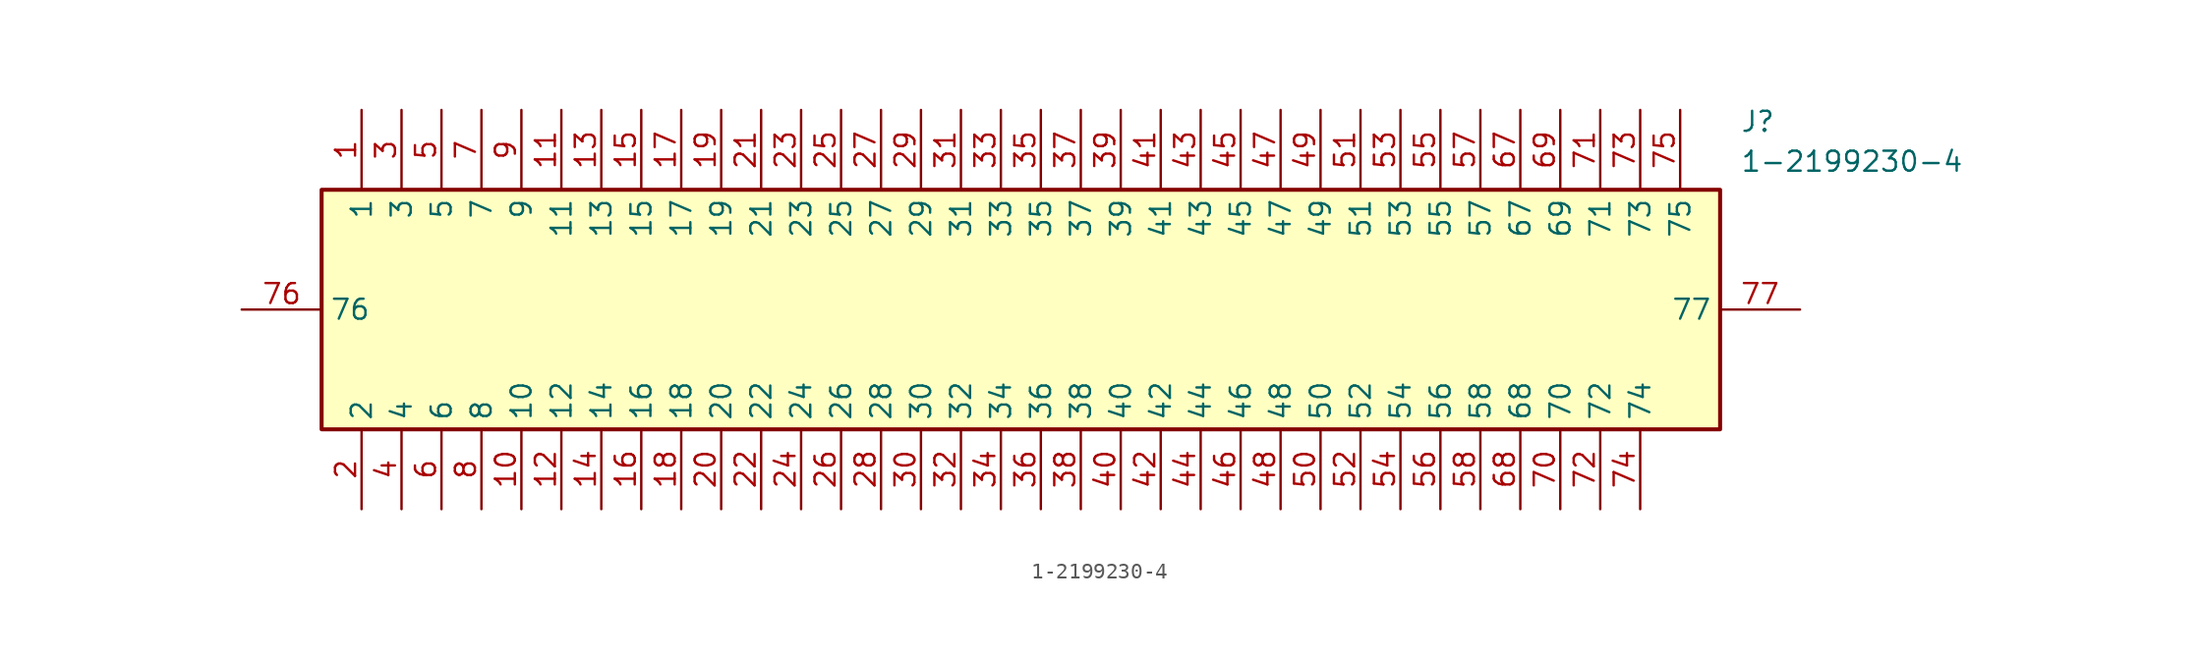
<source format=kicad_sym>
(kicad_symbol_lib
  (version 20220914)
  (generator kicad_symbol_editor)
  (symbol "1-2199230-4"
    (property "Reference" "J"
      (at 95.25 12.7 0)
      (effects (font (size 1.27 1.27)) (justify left top)))
    (property "Value" "1-2199230-4"
      (at 95.25 10.16 0)
      (effects (font (size 1.27 1.27)) (justify left top)))
    (symbol "1-2199230-4_1_1"
      (rectangle (start 5.08 7.62) (end 93.98 -7.62) (stroke (width 0.254) (type default)) (fill (type background)))
      (pin passive line (at 7.62 12.7 270) (length 5.08) (name "1" (effects (font (size 1.27 1.27)))) (number "1" (effects (font (size 1.27 1.27)))))
      (pin passive line (at 17.78 -12.7 90) (length 5.08) (name "10" (effects (font (size 1.27 1.27)))) (number "10" (effects (font (size 1.27 1.27)))))
      (pin passive line (at 20.32 12.7 270) (length 5.08) (name "11" (effects (font (size 1.27 1.27)))) (number "11" (effects (font (size 1.27 1.27)))))
      (pin passive line (at 20.32 -12.7 90) (length 5.08) (name "12" (effects (font (size 1.27 1.27)))) (number "12" (effects (font (size 1.27 1.27)))))
      (pin passive line (at 22.86 12.7 270) (length 5.08) (name "13" (effects (font (size 1.27 1.27)))) (number "13" (effects (font (size 1.27 1.27)))))
      (pin passive line (at 22.86 -12.7 90) (length 5.08) (name "14" (effects (font (size 1.27 1.27)))) (number "14" (effects (font (size 1.27 1.27)))))
      (pin passive line (at 25.4 12.7 270) (length 5.08) (name "15" (effects (font (size 1.27 1.27)))) (number "15" (effects (font (size 1.27 1.27)))))
      (pin passive line (at 25.4 -12.7 90) (length 5.08) (name "16" (effects (font (size 1.27 1.27)))) (number "16" (effects (font (size 1.27 1.27)))))
      (pin passive line (at 27.94 12.7 270) (length 5.08) (name "17" (effects (font (size 1.27 1.27)))) (number "17" (effects (font (size 1.27 1.27)))))
      (pin passive line (at 27.94 -12.7 90) (length 5.08) (name "18" (effects (font (size 1.27 1.27)))) (number "18" (effects (font (size 1.27 1.27)))))
      (pin passive line (at 30.48 12.7 270) (length 5.08) (name "19" (effects (font (size 1.27 1.27)))) (number "19" (effects (font (size 1.27 1.27)))))
      (pin passive line (at 7.62 -12.7 90) (length 5.08) (name "2" (effects (font (size 1.27 1.27)))) (number "2" (effects (font (size 1.27 1.27)))))
      (pin passive line (at 30.48 -12.7 90) (length 5.08) (name "20" (effects (font (size 1.27 1.27)))) (number "20" (effects (font (size 1.27 1.27)))))
      (pin passive line (at 33.02 12.7 270) (length 5.08) (name "21" (effects (font (size 1.27 1.27)))) (number "21" (effects (font (size 1.27 1.27)))))
      (pin passive line (at 33.02 -12.7 90) (length 5.08) (name "22" (effects (font (size 1.27 1.27)))) (number "22" (effects (font (size 1.27 1.27)))))
      (pin passive line (at 35.56 12.7 270) (length 5.08) (name "23" (effects (font (size 1.27 1.27)))) (number "23" (effects (font (size 1.27 1.27)))))
      (pin passive line (at 35.56 -12.7 90) (length 5.08) (name "24" (effects (font (size 1.27 1.27)))) (number "24" (effects (font (size 1.27 1.27)))))
      (pin passive line (at 38.1 12.7 270) (length 5.08) (name "25" (effects (font (size 1.27 1.27)))) (number "25" (effects (font (size 1.27 1.27)))))
      (pin passive line (at 38.1 -12.7 90) (length 5.08) (name "26" (effects (font (size 1.27 1.27)))) (number "26" (effects (font (size 1.27 1.27)))))
      (pin passive line (at 40.64 12.7 270) (length 5.08) (name "27" (effects (font (size 1.27 1.27)))) (number "27" (effects (font (size 1.27 1.27)))))
      (pin passive line (at 40.64 -12.7 90) (length 5.08) (name "28" (effects (font (size 1.27 1.27)))) (number "28" (effects (font (size 1.27 1.27)))))
      (pin passive line (at 43.18 12.7 270) (length 5.08) (name "29" (effects (font (size 1.27 1.27)))) (number "29" (effects (font (size 1.27 1.27)))))
      (pin passive line (at 10.16 12.7 270) (length 5.08) (name "3" (effects (font (size 1.27 1.27)))) (number "3" (effects (font (size 1.27 1.27)))))
      (pin passive line (at 43.18 -12.7 90) (length 5.08) (name "30" (effects (font (size 1.27 1.27)))) (number "30" (effects (font (size 1.27 1.27)))))
      (pin passive line (at 45.72 12.7 270) (length 5.08) (name "31" (effects (font (size 1.27 1.27)))) (number "31" (effects (font (size 1.27 1.27)))))
      (pin passive line (at 45.72 -12.7 90) (length 5.08) (name "32" (effects (font (size 1.27 1.27)))) (number "32" (effects (font (size 1.27 1.27)))))
      (pin passive line (at 48.26 12.7 270) (length 5.08) (name "33" (effects (font (size 1.27 1.27)))) (number "33" (effects (font (size 1.27 1.27)))))
      (pin passive line (at 48.26 -12.7 90) (length 5.08) (name "34" (effects (font (size 1.27 1.27)))) (number "34" (effects (font (size 1.27 1.27)))))
      (pin passive line (at 50.8 12.7 270) (length 5.08) (name "35" (effects (font (size 1.27 1.27)))) (number "35" (effects (font (size 1.27 1.27)))))
      (pin passive line (at 50.8 -12.7 90) (length 5.08) (name "36" (effects (font (size 1.27 1.27)))) (number "36" (effects (font (size 1.27 1.27)))))
      (pin passive line (at 53.34 12.7 270) (length 5.08) (name "37" (effects (font (size 1.27 1.27)))) (number "37" (effects (font (size 1.27 1.27)))))
      (pin passive line (at 53.34 -12.7 90) (length 5.08) (name "38" (effects (font (size 1.27 1.27)))) (number "38" (effects (font (size 1.27 1.27)))))
      (pin passive line (at 55.88 12.7 270) (length 5.08) (name "39" (effects (font (size 1.27 1.27)))) (number "39" (effects (font (size 1.27 1.27)))))
      (pin passive line (at 10.16 -12.7 90) (length 5.08) (name "4" (effects (font (size 1.27 1.27)))) (number "4" (effects (font (size 1.27 1.27)))))
      (pin passive line (at 55.88 -12.7 90) (length 5.08) (name "40" (effects (font (size 1.27 1.27)))) (number "40" (effects (font (size 1.27 1.27)))))
      (pin passive line (at 58.42 12.7 270) (length 5.08) (name "41" (effects (font (size 1.27 1.27)))) (number "41" (effects (font (size 1.27 1.27)))))
      (pin passive line (at 58.42 -12.7 90) (length 5.08) (name "42" (effects (font (size 1.27 1.27)))) (number "42" (effects (font (size 1.27 1.27)))))
      (pin passive line (at 60.96 12.7 270) (length 5.08) (name "43" (effects (font (size 1.27 1.27)))) (number "43" (effects (font (size 1.27 1.27)))))
      (pin passive line (at 60.96 -12.7 90) (length 5.08) (name "44" (effects (font (size 1.27 1.27)))) (number "44" (effects (font (size 1.27 1.27)))))
      (pin passive line (at 63.5 12.7 270) (length 5.08) (name "45" (effects (font (size 1.27 1.27)))) (number "45" (effects (font (size 1.27 1.27)))))
      (pin passive line (at 63.5 -12.7 90) (length 5.08) (name "46" (effects (font (size 1.27 1.27)))) (number "46" (effects (font (size 1.27 1.27)))))
      (pin passive line (at 66.04 12.7 270) (length 5.08) (name "47" (effects (font (size 1.27 1.27)))) (number "47" (effects (font (size 1.27 1.27)))))
      (pin passive line (at 66.04 -12.7 90) (length 5.08) (name "48" (effects (font (size 1.27 1.27)))) (number "48" (effects (font (size 1.27 1.27)))))
      (pin passive line (at 68.58 12.7 270) (length 5.08) (name "49" (effects (font (size 1.27 1.27)))) (number "49" (effects (font (size 1.27 1.27)))))
      (pin passive line (at 12.7 12.7 270) (length 5.08) (name "5" (effects (font (size 1.27 1.27)))) (number "5" (effects (font (size 1.27 1.27)))))
      (pin passive line (at 68.58 -12.7 90) (length 5.08) (name "50" (effects (font (size 1.27 1.27)))) (number "50" (effects (font (size 1.27 1.27)))))
      (pin passive line (at 71.12 12.7 270) (length 5.08) (name "51" (effects (font (size 1.27 1.27)))) (number "51" (effects (font (size 1.27 1.27)))))
      (pin passive line (at 71.12 -12.7 90) (length 5.08) (name "52" (effects (font (size 1.27 1.27)))) (number "52" (effects (font (size 1.27 1.27)))))
      (pin passive line (at 73.66 12.7 270) (length 5.08) (name "53" (effects (font (size 1.27 1.27)))) (number "53" (effects (font (size 1.27 1.27)))))
      (pin passive line (at 73.66 -12.7 90) (length 5.08) (name "54" (effects (font (size 1.27 1.27)))) (number "54" (effects (font (size 1.27 1.27)))))
      (pin passive line (at 76.2 12.7 270) (length 5.08) (name "55" (effects (font (size 1.27 1.27)))) (number "55" (effects (font (size 1.27 1.27)))))
      (pin passive line (at 76.2 -12.7 90) (length 5.08) (name "56" (effects (font (size 1.27 1.27)))) (number "56" (effects (font (size 1.27 1.27)))))
      (pin passive line (at 78.74 12.7 270) (length 5.08) (name "57" (effects (font (size 1.27 1.27)))) (number "57" (effects (font (size 1.27 1.27)))))
      (pin passive line (at 78.74 -12.7 90) (length 5.08) (name "58" (effects (font (size 1.27 1.27)))) (number "58" (effects (font (size 1.27 1.27)))))
      (pin passive line (at 12.7 -12.7 90) (length 5.08) (name "6" (effects (font (size 1.27 1.27)))) (number "6" (effects (font (size 1.27 1.27)))))
      (pin passive line (at 81.28 12.7 270) (length 5.08) (name "67" (effects (font (size 1.27 1.27)))) (number "67" (effects (font (size 1.27 1.27)))))
      (pin passive line (at 81.28 -12.7 90) (length 5.08) (name "68" (effects (font (size 1.27 1.27)))) (number "68" (effects (font (size 1.27 1.27)))))
      (pin passive line (at 83.82 12.7 270) (length 5.08) (name "69" (effects (font (size 1.27 1.27)))) (number "69" (effects (font (size 1.27 1.27)))))
      (pin passive line (at 15.24 12.7 270) (length 5.08) (name "7" (effects (font (size 1.27 1.27)))) (number "7" (effects (font (size 1.27 1.27)))))
      (pin passive line (at 83.82 -12.7 90) (length 5.08) (name "70" (effects (font (size 1.27 1.27)))) (number "70" (effects (font (size 1.27 1.27)))))
      (pin passive line (at 86.36 12.7 270) (length 5.08) (name "71" (effects (font (size 1.27 1.27)))) (number "71" (effects (font (size 1.27 1.27)))))
      (pin passive line (at 86.36 -12.7 90) (length 5.08) (name "72" (effects (font (size 1.27 1.27)))) (number "72" (effects (font (size 1.27 1.27)))))
      (pin passive line (at 88.9 12.7 270) (length 5.08) (name "73" (effects (font (size 1.27 1.27)))) (number "73" (effects (font (size 1.27 1.27)))))
      (pin passive line (at 88.9 -12.7 90) (length 5.08) (name "74" (effects (font (size 1.27 1.27)))) (number "74" (effects (font (size 1.27 1.27)))))
      (pin passive line (at 91.44 12.7 270) (length 5.08) (name "75" (effects (font (size 1.27 1.27)))) (number "75" (effects (font (size 1.27 1.27)))))
      (pin passive line (at 0 0 0) (length 5.08) (name "76" (effects (font (size 1.27 1.27)))) (number "76" (effects (font (size 1.27 1.27)))))
      (pin passive line (at 99.06 0 180) (length 5.08) (name "77" (effects (font (size 1.27 1.27)))) (number "77" (effects (font (size 1.27 1.27)))))
      (pin passive line (at 15.24 -12.7 90) (length 5.08) (name "8" (effects (font (size 1.27 1.27)))) (number "8" (effects (font (size 1.27 1.27)))))
      (pin passive line (at 17.78 12.7 270) (length 5.08) (name "9" (effects (font (size 1.27 1.27)))) (number "9" (effects (font (size 1.27 1.27))))))))
</source>
